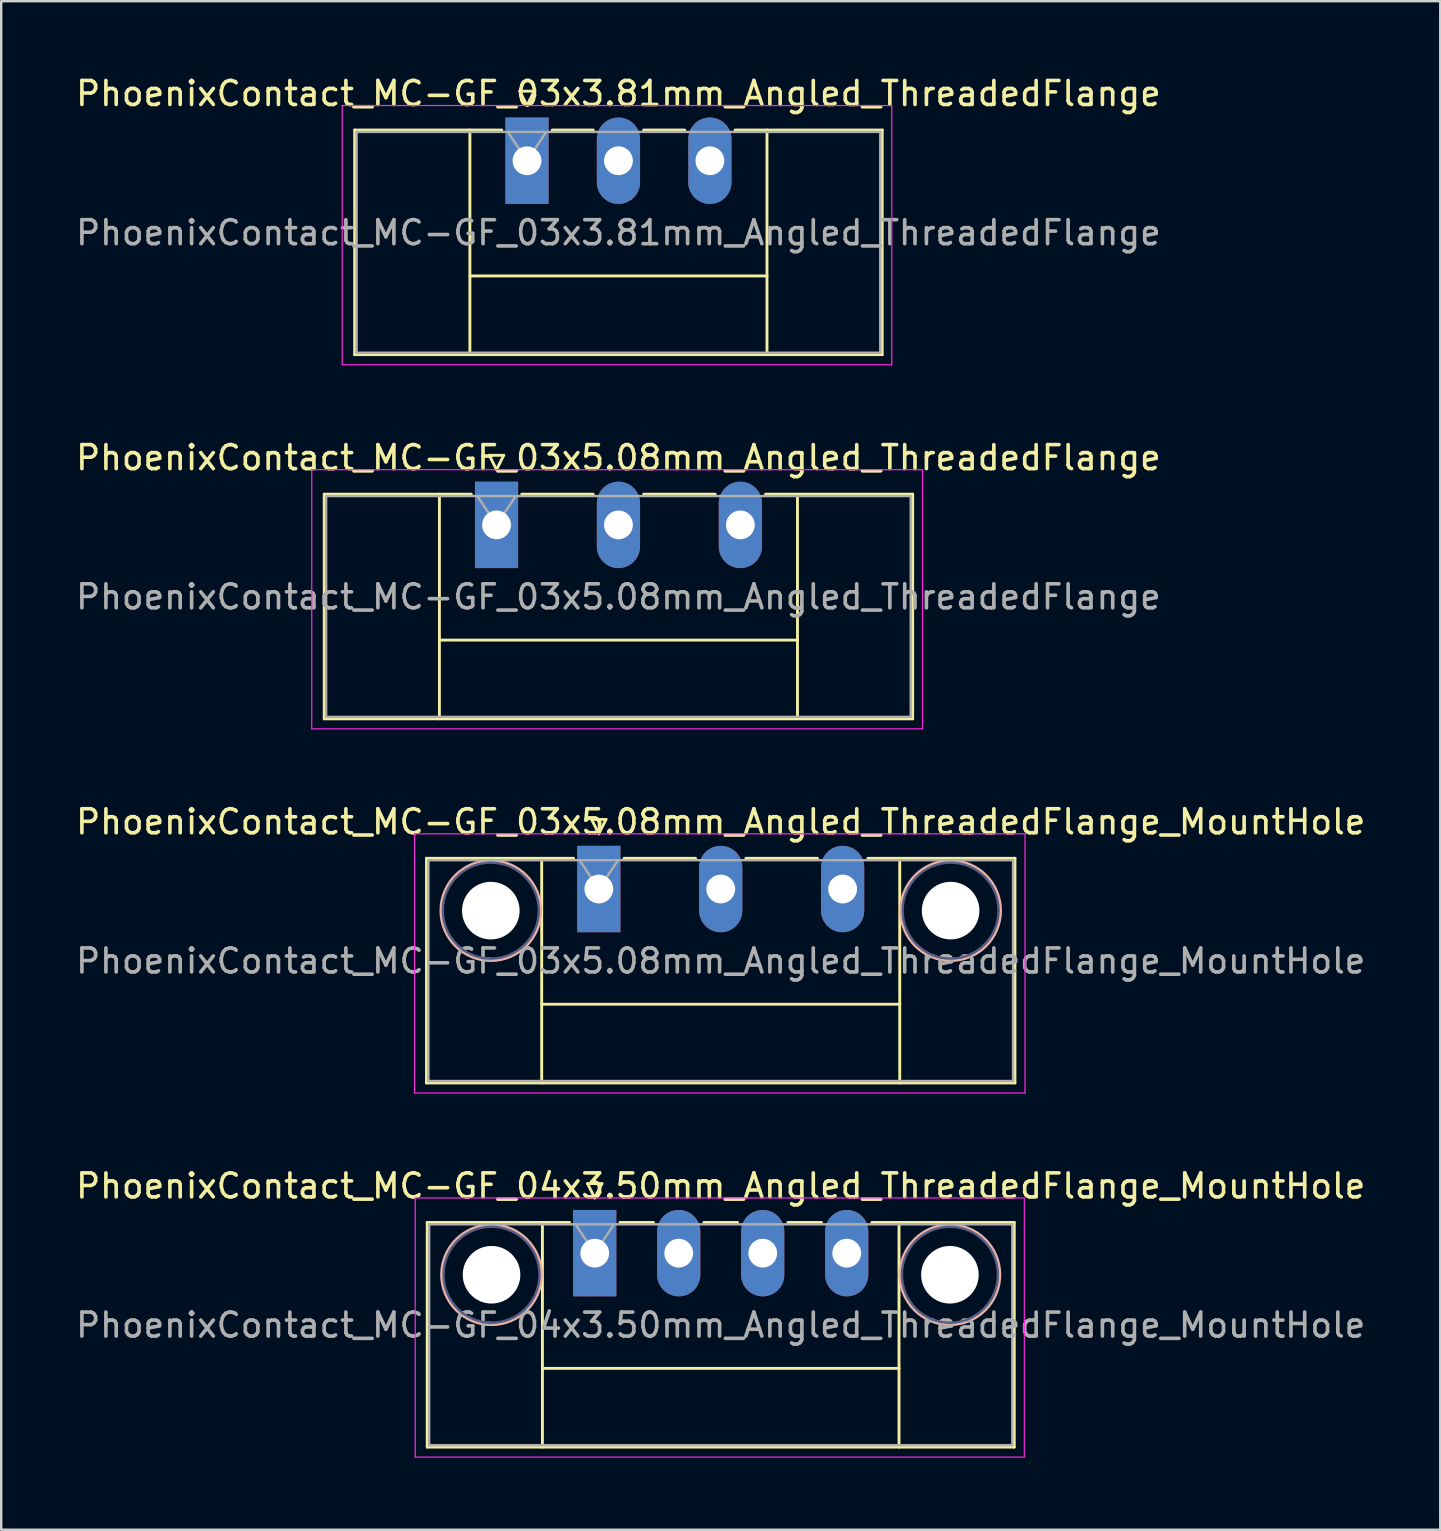
<source format=kicad_pcb>
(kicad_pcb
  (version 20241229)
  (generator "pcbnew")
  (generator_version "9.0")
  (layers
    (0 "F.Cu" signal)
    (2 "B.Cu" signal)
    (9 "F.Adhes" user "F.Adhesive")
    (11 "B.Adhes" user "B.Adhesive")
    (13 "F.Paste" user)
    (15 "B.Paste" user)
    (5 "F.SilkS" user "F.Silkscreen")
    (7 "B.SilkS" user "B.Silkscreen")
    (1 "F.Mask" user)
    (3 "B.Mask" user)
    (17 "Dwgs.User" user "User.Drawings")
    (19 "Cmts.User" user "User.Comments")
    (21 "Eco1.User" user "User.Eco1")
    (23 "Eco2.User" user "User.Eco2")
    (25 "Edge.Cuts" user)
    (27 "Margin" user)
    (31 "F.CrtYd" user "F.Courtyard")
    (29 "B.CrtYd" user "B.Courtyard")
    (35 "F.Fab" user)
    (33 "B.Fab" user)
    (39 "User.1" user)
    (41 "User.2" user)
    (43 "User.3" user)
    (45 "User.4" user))
  (footprint "PhoenixContact_MC-GF_03x3.81mm_Angled_ThreadedFlange"
    (layer "F.Cu")
    (at 18.91 3.648)
    (property "Reference" "PhoenixContact_MC-GF_03x3.81mm_Angled_ThreadedFlange" (at 3.81 -2.8 0) (layer "F.SilkS") (effects (font (size 1 1) (thickness 0.15))))
    (attr through_hole)
    (fp_line (start -7.18 -1.28) (end -7.18 8.08) (stroke (width 0.12) (type solid)) (layer "F.SilkS"))
    (fp_line (start -7.18 -1.28) (end -1.05 -1.28) (stroke (width 0.12) (type solid)) (layer "F.SilkS"))
    (fp_line (start -7.18 8.08) (end 14.8 8.08) (stroke (width 0.12) (type solid)) (layer "F.SilkS"))
    (fp_line (start -2.38 -1.28) (end -2.38 8.08) (stroke (width 0.12) (type solid)) (layer "F.SilkS"))
    (fp_line (start -2.38 4.8) (end 10 4.8) (stroke (width 0.12) (type solid)) (layer "F.SilkS"))
    (fp_line (start -0.3 -2.9) (end 0.3 -2.9) (stroke (width 0.12) (type solid)) (layer "F.SilkS"))
    (fp_line (start 0 -2.3) (end -0.3 -2.9) (stroke (width 0.12) (type solid)) (layer "F.SilkS"))
    (fp_line (start 0.3 -2.9) (end 0 -2.3) (stroke (width 0.12) (type solid)) (layer "F.SilkS"))
    (fp_line (start 1.05 -1.28) (end 2.76 -1.28) (stroke (width 0.12) (type solid)) (layer "F.SilkS"))
    (fp_line (start 4.86 -1.28) (end 6.57 -1.28) (stroke (width 0.12) (type solid)) (layer "F.SilkS"))
    (fp_line (start 10 -1.28) (end 10 8.08) (stroke (width 0.12) (type solid)) (layer "F.SilkS"))
    (fp_line (start 14.8 -1.28) (end 8.67 -1.28) (stroke (width 0.12) (type solid)) (layer "F.SilkS"))
    (fp_line (start 14.8 8.08) (end 14.8 -1.28) (stroke (width 0.12) (type solid)) (layer "F.SilkS"))
    (fp_line (start -7.7 -2.3) (end -7.7 8.5) (stroke (width 0.05) (type solid)) (layer "F.CrtYd"))
    (fp_line (start -7.7 8.5) (end 15.2 8.5) (stroke (width 0.05) (type solid)) (layer "F.CrtYd"))
    (fp_line (start 15.2 -2.3) (end -7.7 -2.3) (stroke (width 0.05) (type solid)) (layer "F.CrtYd"))
    (fp_line (start 15.2 8.5) (end 15.2 -2.3) (stroke (width 0.05) (type solid)) (layer "F.CrtYd"))
    (fp_line (start -7.1 -1.2) (end -7.1 8) (stroke (width 0.1) (type solid)) (layer "F.Fab"))
    (fp_line (start -7.1 8) (end 14.72 8) (stroke (width 0.1) (type solid)) (layer "F.Fab"))
    (fp_line (start 0 0) (end -0.8 -1.2) (stroke (width 0.1) (type solid)) (layer "F.Fab"))
    (fp_line (start 0.8 -1.2) (end 0 0) (stroke (width 0.1) (type solid)) (layer "F.Fab"))
    (fp_line (start 14.72 -1.2) (end -7.1 -1.2) (stroke (width 0.1) (type solid)) (layer "F.Fab"))
    (fp_line (start 14.72 8) (end 14.72 -1.2) (stroke (width 0.1) (type solid)) (layer "F.Fab"))
    (fp_text user "${REFERENCE}" (at 3.81 3 0) (layer "F.Fab") (effects (font (size 1 1) (thickness 0.15))))
    (pad "1" thru_hole rect (at 0 0) (size 1.8 3.6) (drill 1.2) (layers "*.Cu" "*.Mask"))
    (pad "2" thru_hole oval (at 3.81 0) (size 1.8 3.6) (drill 1.2) (layers "*.Cu" "*.Mask"))
    (pad "3" thru_hole oval (at 7.62 0) (size 1.8 3.6) (drill 1.2) (layers "*.Cu" "*.Mask")))
  (footprint "PhoenixContact_MC-GF_03x5.08mm_Angled_ThreadedFlange_MountHole"
    (layer "F.Cu")
    (at 21.902 33.995)
    (property "Reference" "PhoenixContact_MC-GF_03x5.08mm_Angled_ThreadedFlange_MountHole" (at 5.08 -2.8 0) (layer "F.SilkS") (effects (font (size 1 1) (thickness 0.15))))
    (attr through_hole)
    (fp_line (start -7.18 -1.28) (end -7.18 8.08) (stroke (width 0.12) (type solid)) (layer "F.SilkS"))
    (fp_line (start -7.18 -1.28) (end -1.05 -1.28) (stroke (width 0.12) (type solid)) (layer "F.SilkS"))
    (fp_line (start -7.18 8.08) (end 17.34 8.08) (stroke (width 0.12) (type solid)) (layer "F.SilkS"))
    (fp_line (start -2.38 -1.28) (end -2.38 8.08) (stroke (width 0.12) (type solid)) (layer "F.SilkS"))
    (fp_line (start -2.38 4.8) (end 12.54 4.8) (stroke (width 0.12) (type solid)) (layer "F.SilkS"))
    (fp_line (start -0.3 -2.9) (end 0.3 -2.9) (stroke (width 0.12) (type solid)) (layer "F.SilkS"))
    (fp_line (start 0 -2.3) (end -0.3 -2.9) (stroke (width 0.12) (type solid)) (layer "F.SilkS"))
    (fp_line (start 0.3 -2.9) (end 0 -2.3) (stroke (width 0.12) (type solid)) (layer "F.SilkS"))
    (fp_line (start 1.05 -1.28) (end 4.03 -1.28) (stroke (width 0.12) (type solid)) (layer "F.SilkS"))
    (fp_line (start 6.13 -1.28) (end 9.11 -1.28) (stroke (width 0.12) (type solid)) (layer "F.SilkS"))
    (fp_line (start 12.54 -1.28) (end 12.54 8.08) (stroke (width 0.12) (type solid)) (layer "F.SilkS"))
    (fp_line (start 17.34 -1.28) (end 11.21 -1.28) (stroke (width 0.12) (type solid)) (layer "F.SilkS"))
    (fp_line (start 17.34 8.08) (end 17.34 -1.28) (stroke (width 0.12) (type solid)) (layer "F.SilkS"))
    (fp_circle (center -4.5 0.9) (end -2.42 0.9) (stroke (width 0.12) (type solid)) (fill no) (layer "B.SilkS"))
    (fp_circle (center 14.66 0.9) (end 16.74 0.9) (stroke (width 0.12) (type solid)) (fill no) (layer "B.SilkS"))
    (fp_line (start -7.68 -2.3) (end -7.68 8.5) (stroke (width 0.05) (type solid)) (layer "F.CrtYd"))
    (fp_line (start -7.68 8.5) (end 17.76 8.5) (stroke (width 0.05) (type solid)) (layer "F.CrtYd"))
    (fp_line (start 17.76 -2.3) (end -7.68 -2.3) (stroke (width 0.05) (type solid)) (layer "F.CrtYd"))
    (fp_line (start 17.76 8.5) (end 17.76 -2.3) (stroke (width 0.05) (type solid)) (layer "F.CrtYd"))
    (fp_circle (center -4.5 0.9) (end -2.5 0.9) (stroke (width 0.1) (type solid)) (fill no) (layer "B.Fab"))
    (fp_circle (center 14.66 0.9) (end 16.66 0.9) (stroke (width 0.1) (type solid)) (fill no) (layer "B.Fab"))
    (fp_line (start -7.1 -1.2) (end -7.1 8) (stroke (width 0.1) (type solid)) (layer "F.Fab"))
    (fp_line (start -7.1 8) (end 17.26 8) (stroke (width 0.1) (type solid)) (layer "F.Fab"))
    (fp_line (start 0 0) (end -0.8 -1.2) (stroke (width 0.1) (type solid)) (layer "F.Fab"))
    (fp_line (start 0.8 -1.2) (end 0 0) (stroke (width 0.1) (type solid)) (layer "F.Fab"))
    (fp_line (start 17.26 -1.2) (end -7.1 -1.2) (stroke (width 0.1) (type solid)) (layer "F.Fab"))
    (fp_line (start 17.26 8) (end 17.26 -1.2) (stroke (width 0.1) (type solid)) (layer "F.Fab"))
    (fp_text user "${REFERENCE}" (at 5.08 3 0) (layer "F.Fab") (effects (font (size 1 1) (thickness 0.15))))
    (pad "" np_thru_hole circle (at -4.5 0.9) (size 2.4 2.4) (drill 2.4) (layers "*.Cu" "*.Mask"))
    (pad "" np_thru_hole circle (at 14.66 0.9) (size 2.4 2.4) (drill 2.4) (layers "*.Cu" "*.Mask"))
    (pad "1" thru_hole rect (at 0 0) (size 1.8 3.6) (drill 1.2) (layers "*.Cu" "*.Mask"))
    (pad "2" thru_hole oval (at 5.08 0) (size 1.8 3.6) (drill 1.2) (layers "*.Cu" "*.Mask"))
    (pad "3" thru_hole oval (at 10.16 0) (size 1.8 3.6) (drill 1.2) (layers "*.Cu" "*.Mask")))
  (footprint "PhoenixContact_MC-GF_04x3.50mm_Angled_ThreadedFlange_MountHole"
    (layer "F.Cu")
    (at 21.732 49.168)
    (property "Reference" "PhoenixContact_MC-GF_04x3.50mm_Angled_ThreadedFlange_MountHole" (at 5.25 -2.8 0) (layer "F.SilkS") (effects (font (size 1 1) (thickness 0.15))))
    (attr through_hole)
    (fp_line (start -6.98 -1.28) (end -6.98 8.08) (stroke (width 0.12) (type solid)) (layer "F.SilkS"))
    (fp_line (start -6.98 -1.28) (end -1.05 -1.28) (stroke (width 0.12) (type solid)) (layer "F.SilkS"))
    (fp_line (start -6.98 8.08) (end 17.48 8.08) (stroke (width 0.12) (type solid)) (layer "F.SilkS"))
    (fp_line (start -2.18 -1.28) (end -2.18 8.08) (stroke (width 0.12) (type solid)) (layer "F.SilkS"))
    (fp_line (start -2.18 4.8) (end 12.68 4.8) (stroke (width 0.12) (type solid)) (layer "F.SilkS"))
    (fp_line (start -0.3 -2.9) (end 0.3 -2.9) (stroke (width 0.12) (type solid)) (layer "F.SilkS"))
    (fp_line (start 0 -2.3) (end -0.3 -2.9) (stroke (width 0.12) (type solid)) (layer "F.SilkS"))
    (fp_line (start 0.3 -2.9) (end 0 -2.3) (stroke (width 0.12) (type solid)) (layer "F.SilkS"))
    (fp_line (start 1.05 -1.28) (end 2.45 -1.28) (stroke (width 0.12) (type solid)) (layer "F.SilkS"))
    (fp_line (start 4.55 -1.28) (end 5.95 -1.28) (stroke (width 0.12) (type solid)) (layer "F.SilkS"))
    (fp_line (start 8.05 -1.28) (end 9.45 -1.28) (stroke (width 0.12) (type solid)) (layer "F.SilkS"))
    (fp_line (start 12.68 -1.28) (end 12.68 8.08) (stroke (width 0.12) (type solid)) (layer "F.SilkS"))
    (fp_line (start 17.48 -1.28) (end 11.55 -1.28) (stroke (width 0.12) (type solid)) (layer "F.SilkS"))
    (fp_line (start 17.48 8.08) (end 17.48 -1.28) (stroke (width 0.12) (type solid)) (layer "F.SilkS"))
    (fp_circle (center -4.3 0.9) (end -2.22 0.9) (stroke (width 0.12) (type solid)) (fill no) (layer "B.SilkS"))
    (fp_circle (center 14.8 0.9) (end 16.88 0.9) (stroke (width 0.12) (type solid)) (fill no) (layer "B.SilkS"))
    (fp_line (start -7.48 -2.3) (end -7.48 8.5) (stroke (width 0.05) (type solid)) (layer "F.CrtYd"))
    (fp_line (start -7.48 8.5) (end 17.9 8.5) (stroke (width 0.05) (type solid)) (layer "F.CrtYd"))
    (fp_line (start 17.9 -2.3) (end -7.48 -2.3) (stroke (width 0.05) (type solid)) (layer "F.CrtYd"))
    (fp_line (start 17.9 8.5) (end 17.9 -2.3) (stroke (width 0.05) (type solid)) (layer "F.CrtYd"))
    (fp_circle (center -4.3 0.9) (end -2.3 0.9) (stroke (width 0.1) (type solid)) (fill no) (layer "B.Fab"))
    (fp_circle (center 14.8 0.9) (end 16.8 0.9) (stroke (width 0.1) (type solid)) (fill no) (layer "B.Fab"))
    (fp_line (start -6.9 -1.2) (end -6.9 8) (stroke (width 0.1) (type solid)) (layer "F.Fab"))
    (fp_line (start -6.9 8) (end 17.4 8) (stroke (width 0.1) (type solid)) (layer "F.Fab"))
    (fp_line (start 0 0) (end -0.8 -1.2) (stroke (width 0.1) (type solid)) (layer "F.Fab"))
    (fp_line (start 0.8 -1.2) (end 0 0) (stroke (width 0.1) (type solid)) (layer "F.Fab"))
    (fp_line (start 17.4 -1.2) (end -6.9 -1.2) (stroke (width 0.1) (type solid)) (layer "F.Fab"))
    (fp_line (start 17.4 8) (end 17.4 -1.2) (stroke (width 0.1) (type solid)) (layer "F.Fab"))
    (fp_text user "${REFERENCE}" (at 5.25 3 0) (layer "F.Fab") (effects (font (size 1 1) (thickness 0.15))))
    (pad "" np_thru_hole circle (at -4.3 0.9) (size 2.4 2.4) (drill 2.4) (layers "*.Cu" "*.Mask"))
    (pad "" np_thru_hole circle (at 14.8 0.9) (size 2.4 2.4) (drill 2.4) (layers "*.Cu" "*.Mask"))
    (pad "1" thru_hole rect (at 0 0) (size 1.8 3.6) (drill 1.2) (layers "*.Cu" "*.Mask"))
    (pad "2" thru_hole oval (at 3.5 0) (size 1.8 3.6) (drill 1.2) (layers "*.Cu" "*.Mask"))
    (pad "3" thru_hole oval (at 7 0) (size 1.8 3.6) (drill 1.2) (layers "*.Cu" "*.Mask"))
    (pad "4" thru_hole oval (at 10.5 0) (size 1.8 3.6) (drill 1.2) (layers "*.Cu" "*.Mask")))
  (footprint "PhoenixContact_MC-GF_03x5.08mm_Angled_ThreadedFlange"
    (layer "F.Cu")
    (at 17.64 18.822)
    (property "Reference" "PhoenixContact_MC-GF_03x5.08mm_Angled_ThreadedFlange" (at 5.08 -2.8 0) (layer "F.SilkS") (effects (font (size 1 1) (thickness 0.15))))
    (attr through_hole)
    (fp_line (start -7.18 -1.28) (end -7.18 8.08) (stroke (width 0.12) (type solid)) (layer "F.SilkS"))
    (fp_line (start -7.18 -1.28) (end -1.05 -1.28) (stroke (width 0.12) (type solid)) (layer "F.SilkS"))
    (fp_line (start -7.18 8.08) (end 17.34 8.08) (stroke (width 0.12) (type solid)) (layer "F.SilkS"))
    (fp_line (start -2.38 -1.28) (end -2.38 8.08) (stroke (width 0.12) (type solid)) (layer "F.SilkS"))
    (fp_line (start -2.38 4.8) (end 12.54 4.8) (stroke (width 0.12) (type solid)) (layer "F.SilkS"))
    (fp_line (start -0.3 -2.9) (end 0.3 -2.9) (stroke (width 0.12) (type solid)) (layer "F.SilkS"))
    (fp_line (start 0 -2.3) (end -0.3 -2.9) (stroke (width 0.12) (type solid)) (layer "F.SilkS"))
    (fp_line (start 0.3 -2.9) (end 0 -2.3) (stroke (width 0.12) (type solid)) (layer "F.SilkS"))
    (fp_line (start 1.05 -1.28) (end 4.03 -1.28) (stroke (width 0.12) (type solid)) (layer "F.SilkS"))
    (fp_line (start 6.13 -1.28) (end 9.11 -1.28) (stroke (width 0.12) (type solid)) (layer "F.SilkS"))
    (fp_line (start 12.54 -1.28) (end 12.54 8.08) (stroke (width 0.12) (type solid)) (layer "F.SilkS"))
    (fp_line (start 17.34 -1.28) (end 11.21 -1.28) (stroke (width 0.12) (type solid)) (layer "F.SilkS"))
    (fp_line (start 17.34 8.08) (end 17.34 -1.28) (stroke (width 0.12) (type solid)) (layer "F.SilkS"))
    (fp_line (start -7.7 -2.3) (end -7.7 8.5) (stroke (width 0.05) (type solid)) (layer "F.CrtYd"))
    (fp_line (start -7.7 8.5) (end 17.75 8.5) (stroke (width 0.05) (type solid)) (layer "F.CrtYd"))
    (fp_line (start 17.75 -2.3) (end -7.7 -2.3) (stroke (width 0.05) (type solid)) (layer "F.CrtYd"))
    (fp_line (start 17.75 8.5) (end 17.75 -2.3) (stroke (width 0.05) (type solid)) (layer "F.CrtYd"))
    (fp_line (start -7.1 -1.2) (end -7.1 8) (stroke (width 0.1) (type solid)) (layer "F.Fab"))
    (fp_line (start -7.1 8) (end 17.26 8) (stroke (width 0.1) (type solid)) (layer "F.Fab"))
    (fp_line (start 0 0) (end -0.8 -1.2) (stroke (width 0.1) (type solid)) (layer "F.Fab"))
    (fp_line (start 0.8 -1.2) (end 0 0) (stroke (width 0.1) (type solid)) (layer "F.Fab"))
    (fp_line (start 17.26 -1.2) (end -7.1 -1.2) (stroke (width 0.1) (type solid)) (layer "F.Fab"))
    (fp_line (start 17.26 8) (end 17.26 -1.2) (stroke (width 0.1) (type solid)) (layer "F.Fab"))
    (fp_text user "${REFERENCE}" (at 5.08 3 0) (layer "F.Fab") (effects (font (size 1 1) (thickness 0.15))))
    (pad "1" thru_hole rect (at 0 0) (size 1.8 3.6) (drill 1.2) (layers "*.Cu" "*.Mask"))
    (pad "2" thru_hole oval (at 5.08 0) (size 1.8 3.6) (drill 1.2) (layers "*.Cu" "*.Mask"))
    (pad "3" thru_hole oval (at 10.16 0) (size 1.8 3.6) (drill 1.2) (layers "*.Cu" "*.Mask")))
  (gr_rect
    (start -3 -3)
    (end 56.964 60.693)
    (stroke (width 0.1) (type default))
    (fill no)
    (layer "Edge.Cuts")))
</source>
